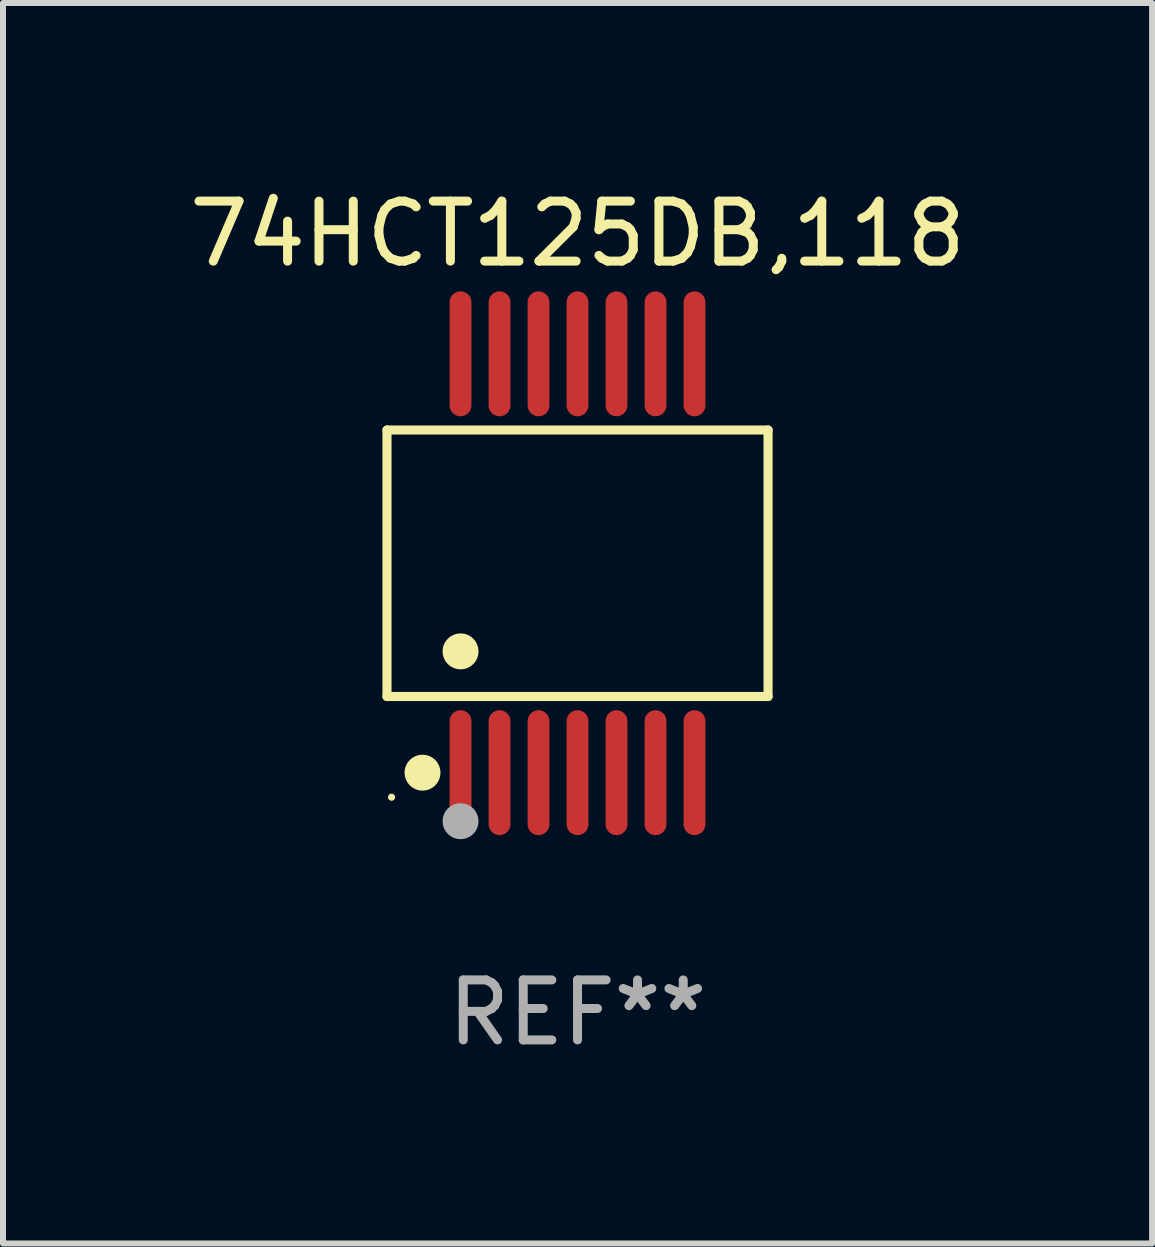
<source format=kicad_pcb>
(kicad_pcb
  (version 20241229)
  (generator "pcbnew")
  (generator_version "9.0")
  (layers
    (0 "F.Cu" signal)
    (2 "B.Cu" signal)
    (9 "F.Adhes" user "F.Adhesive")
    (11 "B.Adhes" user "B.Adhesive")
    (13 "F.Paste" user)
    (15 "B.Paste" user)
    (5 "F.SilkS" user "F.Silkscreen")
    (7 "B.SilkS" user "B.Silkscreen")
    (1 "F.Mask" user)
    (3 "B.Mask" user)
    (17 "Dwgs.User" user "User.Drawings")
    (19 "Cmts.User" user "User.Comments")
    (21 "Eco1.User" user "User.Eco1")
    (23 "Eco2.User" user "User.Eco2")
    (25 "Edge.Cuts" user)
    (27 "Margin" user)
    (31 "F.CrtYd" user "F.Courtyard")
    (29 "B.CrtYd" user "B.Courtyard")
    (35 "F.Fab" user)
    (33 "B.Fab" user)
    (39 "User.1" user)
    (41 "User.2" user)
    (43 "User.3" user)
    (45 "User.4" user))
  (footprint "74HCT125DB,118"
    (layer "F.Cu")
    (at 6.577 6.339)
    (property "Reference" "74HCT125DB,118" (at 0 -5.491 0) (layer "F.SilkS") (effects (font (size 1 1) (thickness 0.15))))
    (attr through_hole)
    (fp_line (start -3.176 -2.221) (end 3.176 -2.221) (stroke (width 0.152) (type solid)) (layer "F.SilkS"))
    (fp_line (start -3.176 2.221) (end -3.176 -2.221) (stroke (width 0.152) (type solid)) (layer "F.SilkS"))
    (fp_line (start 3.176 -2.221) (end 3.176 2.221) (stroke (width 0.152) (type solid)) (layer "F.SilkS"))
    (fp_line (start 3.176 2.221) (end -3.176 2.221) (stroke (width 0.152) (type solid)) (layer "F.SilkS"))
    (fp_circle (center -3.1 3.9) (end -3.07 3.9) (stroke (width 0.06) (type solid)) (fill no) (layer "F.SilkS"))
    (fp_circle (center -2.584 3.491) (end -2.434 3.491) (stroke (width 0.3) (type solid)) (fill no) (layer "F.SilkS"))
    (fp_circle (center -1.95 1.469) (end -1.8 1.469) (stroke (width 0.3) (type solid)) (fill no) (layer "F.SilkS"))
    (fp_circle (center -1.95 4.3) (end -1.8 4.3) (stroke (width 0.3) (type solid)) (fill no) (layer "F.Fab"))
    (fp_text user "REF**" (at 0 7.491 0) (layer "F.Fab") (effects (font (size 1 1) (thickness 0.15))))
    (pad "1" smd oval (at -1.95 3.491) (size 0.364 2.082) (layers "F.Cu" "F.Mask" "F.Paste"))
    (pad "2" smd oval (at -1.3 3.491) (size 0.364 2.082) (layers "F.Cu" "F.Mask" "F.Paste"))
    (pad "3" smd oval (at -0.65 3.491) (size 0.364 2.082) (layers "F.Cu" "F.Mask" "F.Paste"))
    (pad "4" smd oval (at 0 3.491) (size 0.364 2.082) (layers "F.Cu" "F.Mask" "F.Paste"))
    (pad "5" smd oval (at 0.65 3.491) (size 0.364 2.082) (layers "F.Cu" "F.Mask" "F.Paste"))
    (pad "6" smd oval (at 1.3 3.491) (size 0.364 2.082) (layers "F.Cu" "F.Mask" "F.Paste"))
    (pad "7" smd oval (at 1.95 3.491) (size 0.364 2.082) (layers "F.Cu" "F.Mask" "F.Paste"))
    (pad "8" smd oval (at 1.95 -3.491) (size 0.364 2.082) (layers "F.Cu" "F.Mask" "F.Paste"))
    (pad "9" smd oval (at 1.3 -3.491) (size 0.364 2.082) (layers "F.Cu" "F.Mask" "F.Paste"))
    (pad "10" smd oval (at 0.65 -3.491) (size 0.364 2.082) (layers "F.Cu" "F.Mask" "F.Paste"))
    (pad "11" smd oval (at 0 -3.491) (size 0.364 2.082) (layers "F.Cu" "F.Mask" "F.Paste"))
    (pad "12" smd oval (at -0.65 -3.491) (size 0.364 2.082) (layers "F.Cu" "F.Mask" "F.Paste"))
    (pad "13" smd oval (at -1.3 -3.491) (size 0.364 2.082) (layers "F.Cu" "F.Mask" "F.Paste"))
    (pad "14" smd oval (at -1.95 -3.491) (size 0.364 2.082) (layers "F.Cu" "F.Mask" "F.Paste")))
  (gr_rect
    (start -3 -3)
    (end 16.155 17.678)
    (stroke (width 0.1) (type default))
    (fill no)
    (layer "Edge.Cuts")))
</source>
